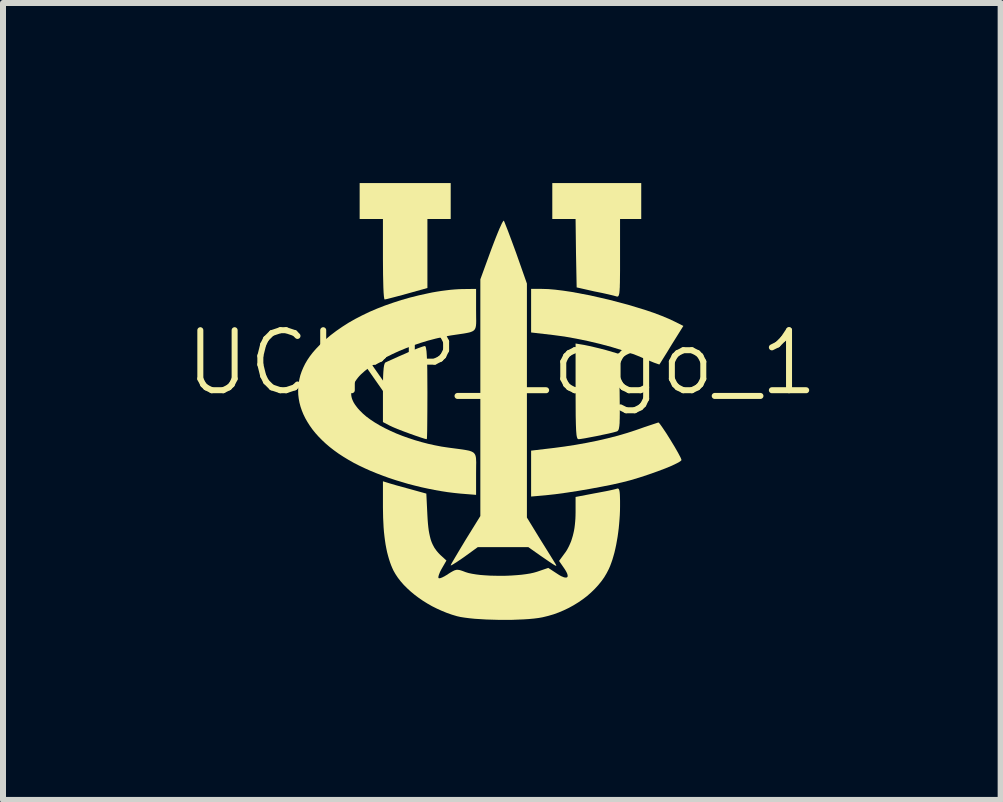
<source format=kicad_pcb>
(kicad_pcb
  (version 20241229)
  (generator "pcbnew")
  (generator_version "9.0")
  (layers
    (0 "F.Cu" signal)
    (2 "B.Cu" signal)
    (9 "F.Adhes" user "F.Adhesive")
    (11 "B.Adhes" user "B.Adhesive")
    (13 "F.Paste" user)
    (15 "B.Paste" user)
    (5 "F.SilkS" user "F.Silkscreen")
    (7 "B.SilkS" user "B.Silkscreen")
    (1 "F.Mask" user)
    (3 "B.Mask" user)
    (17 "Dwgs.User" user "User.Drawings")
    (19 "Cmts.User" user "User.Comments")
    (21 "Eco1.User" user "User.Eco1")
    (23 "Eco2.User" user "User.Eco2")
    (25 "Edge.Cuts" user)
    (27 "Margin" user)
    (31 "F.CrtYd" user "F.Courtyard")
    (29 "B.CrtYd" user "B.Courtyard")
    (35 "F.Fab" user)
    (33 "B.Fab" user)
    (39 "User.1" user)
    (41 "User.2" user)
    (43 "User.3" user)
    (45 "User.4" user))
  (footprint "UCIRP_Logo_1"
    (layer "F.Cu")
    (at 5.312 3.495)
    (property "Reference" "UCIRP_Logo_1" (at 0 -0.5 0) (unlocked yes) (layer "F.SilkS") (effects (font (size 1 1) (thickness 0.1))))
    (attr smd)
    (fp_poly (pts (xy -0.852 -2.896) (xy -1.24 -2.896) (xy -1.24 -1.746) (xy -1.583 -1.65) (xy -1.719 -1.613) (xy -1.834 -1.583) (xy -1.88 -1.571) (xy -1.916 -1.562) (xy -1.941 -1.557) (xy -1.949 -1.556) (xy -1.953 -1.555) (xy -1.956 -1.559) (xy -1.959 -1.569) (xy -1.965 -1.608) (xy -1.97 -1.67) (xy -1.974 -1.753) (xy -1.979 -1.966) (xy -1.981 -2.225) (xy -1.981 -2.896) (xy -2.369 -2.896) (xy -2.369 -3.495) (xy -0.852 -3.495)) (stroke (width 0) (type solid)) (fill yes) (layer "F.SilkS"))
    (fp_poly (pts (xy 0.772 -1.728) (xy 0.889 -1.718) (xy 1.02 -1.702) (xy 1.161 -1.681) (xy 1.465 -1.624) (xy 1.784 -1.551) (xy 2.103 -1.467) (xy 2.402 -1.376) (xy 2.539 -1.329) (xy 2.666 -1.281) (xy 2.779 -1.234) (xy 2.877 -1.188) (xy 3.025 -1.114) (xy 2.827 -0.797) (xy 2.752 -0.673) (xy 2.688 -0.571) (xy 2.644 -0.5) (xy 2.631 -0.48) (xy 2.626 -0.472) (xy 2.624 -0.472) (xy 2.619 -0.473) (xy 2.601 -0.479) (xy 2.573 -0.489) (xy 2.536 -0.502) (xy 2.492 -0.52) (xy 2.443 -0.54) (xy 2.388 -0.563) (xy 2.33 -0.588) (xy 2.259 -0.618) (xy 2.182 -0.648) (xy 2.014 -0.706) (xy 1.831 -0.762) (xy 1.638 -0.814) (xy 1.439 -0.861) (xy 1.24 -0.902) (xy 1.045 -0.937) (xy 0.859 -0.962) (xy 0.488 -1.005) (xy 0.488 -1.731) (xy 0.668 -1.731)) (stroke (width 0) (type solid)) (fill yes) (layer "F.SilkS"))
    (fp_poly (pts (xy 2.612 0.496) (xy 2.617 0.5) (xy 2.633 0.518) (xy 2.654 0.547) (xy 2.68 0.584) (xy 2.743 0.678) (xy 2.811 0.787) (xy 2.879 0.899) (xy 2.937 1) (xy 2.978 1.078) (xy 2.989 1.104) (xy 2.993 1.119) (xy 2.992 1.124) (xy 2.988 1.129) (xy 2.973 1.142) (xy 2.95 1.157) (xy 2.918 1.174) (xy 2.833 1.215) (xy 2.722 1.261) (xy 2.592 1.31) (xy 2.448 1.361) (xy 2.296 1.411) (xy 2.139 1.458) (xy 2.006 1.492) (xy 1.844 1.529) (xy 1.662 1.565) (xy 1.468 1.601) (xy 1.27 1.635) (xy 1.075 1.665) (xy 0.892 1.69) (xy 0.728 1.708) (xy 0.488 1.729) (xy 0.488 0.964) (xy 0.852 0.921) (xy 1.043 0.896) (xy 1.231 0.867) (xy 1.415 0.834) (xy 1.593 0.798) (xy 1.766 0.758) (xy 1.933 0.715) (xy 2.093 0.668) (xy 2.245 0.618) (xy 2.314 0.594) (xy 2.379 0.571) (xy 2.493 0.533) (xy 2.608 0.495)) (stroke (width 0) (type solid)) (fill yes) (layer "F.SilkS"))
    (fp_poly (pts (xy 2.323 -2.896) (xy 1.97 -2.896) (xy 1.97 -2.239) (xy 1.97 -2.13) (xy 1.97 -2.033) (xy 1.969 -1.949) (xy 1.968 -1.876) (xy 1.968 -1.843) (xy 1.967 -1.814) (xy 1.966 -1.786) (xy 1.966 -1.761) (xy 1.964 -1.738) (xy 1.963 -1.718) (xy 1.962 -1.699) (xy 1.96 -1.683) (xy 1.959 -1.668) (xy 1.957 -1.655) (xy 1.954 -1.644) (xy 1.953 -1.639) (xy 1.952 -1.635) (xy 1.951 -1.631) (xy 1.949 -1.627) (xy 1.948 -1.623) (xy 1.947 -1.62) (xy 1.945 -1.617) (xy 1.944 -1.615) (xy 1.942 -1.612) (xy 1.94 -1.61) (xy 1.938 -1.609) (xy 1.937 -1.607) (xy 1.935 -1.606) (xy 1.933 -1.605) (xy 1.931 -1.604) (xy 1.929 -1.604) (xy 1.926 -1.604) (xy 1.924 -1.604) (xy 1.922 -1.604) (xy 1.919 -1.604) (xy 1.914 -1.605) (xy 1.909 -1.606) (xy 1.903 -1.608) (xy 1.855 -1.621) (xy 1.771 -1.641) (xy 1.663 -1.665) (xy 1.543 -1.689) (xy 1.247 -1.756) (xy 1.236 -2.324) (xy 1.229 -2.896) (xy 0.841 -2.896) (xy 0.841 -3.495) (xy 2.323 -3.495)) (stroke (width 0) (type solid)) (fill yes) (layer "F.SilkS"))
    (fp_poly (pts (xy 0.033 -2.867) (xy 0.041 -2.852) (xy 0.055 -2.817) (xy 0.101 -2.7) (xy 0.164 -2.532) (xy 0.238 -2.331) (xy 0.418 -1.82) (xy 0.418 2.079) (xy 0.64 2.442) (xy 0.807 2.71) (xy 0.894 2.851) (xy 0.904 2.87) (xy 0.907 2.876) (xy 0.907 2.881) (xy 0.906 2.882) (xy 0.905 2.883) (xy 0.899 2.882) (xy 0.891 2.879) (xy 0.88 2.873) (xy 0.846 2.852) (xy 0.795 2.818) (xy 0.633 2.707) (xy 0.442 2.572) (xy -0.401 2.572) (xy -0.626 2.735) (xy -0.672 2.767) (xy -0.714 2.795) (xy -0.752 2.821) (xy -0.786 2.842) (xy -0.8 2.851) (xy -0.813 2.859) (xy -0.825 2.866) (xy -0.834 2.871) (xy -0.842 2.874) (xy -0.848 2.876) (xy -0.85 2.877) (xy -0.851 2.877) (xy -0.852 2.877) (xy -0.852 2.876) (xy -0.847 2.864) (xy -0.833 2.836) (xy -0.779 2.744) (xy -0.7 2.611) (xy -0.605 2.453) (xy -0.358 2.054) (xy -0.358 -1.89) (xy -0.175 -2.391) (xy -0.137 -2.491) (xy -0.101 -2.584) (xy -0.068 -2.666) (xy -0.038 -2.738) (xy -0.024 -2.768) (xy -0.012 -2.795) (xy -0.001 -2.819) (xy 0.009 -2.838) (xy 0.018 -2.852) (xy 0.024 -2.862) (xy 0.027 -2.865) (xy 0.03 -2.867) (xy 0.032 -2.868)) (stroke (width 0) (type solid)) (fill yes) (layer "F.SilkS"))
    (fp_poly (pts (xy -1.277 -0.777) (xy -1.272 -0.77) (xy -1.267 -0.758) (xy -1.263 -0.742) (xy -1.255 -0.691) (xy -1.25 -0.614) (xy -1.245 -0.51) (xy -1.242 -0.376) (xy -1.24 -0.003) (xy -1.241 0.299) (xy -1.243 0.545) (xy -1.244 0.64) (xy -1.246 0.712) (xy -1.248 0.757) (xy -1.25 0.769) (xy -1.251 0.773) (xy -1.263 0.771) (xy -1.285 0.766) (xy -1.351 0.745) (xy -1.439 0.715) (xy -1.54 0.679) (xy -1.643 0.641) (xy -1.739 0.604) (xy -1.817 0.571) (xy -1.868 0.547) (xy -1.981 0.488) (xy -1.981 0.001) (xy -1.981 -0.124) (xy -1.98 -0.179) (xy -1.979 -0.229) (xy -1.978 -0.274) (xy -1.976 -0.314) (xy -1.974 -0.351) (xy -1.971 -0.383) (xy -1.969 -0.411) (xy -1.965 -0.435) (xy -1.962 -0.456) (xy -1.959 -0.465) (xy -1.957 -0.473) (xy -1.955 -0.48) (xy -1.953 -0.486) (xy -1.95 -0.492) (xy -1.947 -0.496) (xy -1.945 -0.5) (xy -1.942 -0.503) (xy -1.939 -0.506) (xy -1.935 -0.507) (xy -1.897 -0.525) (xy -1.823 -0.558) (xy -1.724 -0.603) (xy -1.611 -0.652) (xy -1.553 -0.678) (xy -1.497 -0.702) (xy -1.445 -0.723) (xy -1.398 -0.742) (xy -1.356 -0.757) (xy -1.322 -0.769) (xy -1.309 -0.773) (xy -1.297 -0.776) (xy -1.289 -0.778) (xy -1.283 -0.779)) (stroke (width 0) (type solid)) (fill yes) (layer "F.SilkS"))
    (fp_poly (pts (xy 1.374 -0.797) (xy 1.407 -0.79) (xy 1.446 -0.782) (xy 1.538 -0.761) (xy 1.638 -0.737) (xy 1.734 -0.712) (xy 1.952 -0.648) (xy 1.963 -0.01) (xy 1.964 0.093) (xy 1.965 0.185) (xy 1.965 0.265) (xy 1.966 0.336) (xy 1.965 0.397) (xy 1.965 0.424) (xy 1.964 0.449) (xy 1.963 0.472) (xy 1.963 0.493) (xy 1.962 0.512) (xy 1.96 0.53) (xy 1.959 0.546) (xy 1.957 0.56) (xy 1.955 0.573) (xy 1.953 0.584) (xy 1.951 0.595) (xy 1.949 0.604) (xy 1.946 0.611) (xy 1.945 0.615) (xy 1.943 0.618) (xy 1.942 0.621) (xy 1.94 0.624) (xy 1.938 0.627) (xy 1.936 0.629) (xy 1.935 0.631) (xy 1.933 0.633) (xy 1.931 0.635) (xy 1.929 0.637) (xy 1.927 0.638) (xy 1.925 0.64) (xy 1.92 0.642) (xy 1.915 0.644) (xy 1.91 0.646) (xy 1.856 0.661) (xy 1.776 0.68) (xy 1.68 0.7) (xy 1.577 0.722) (xy 1.476 0.741) (xy 1.387 0.758) (xy 1.318 0.769) (xy 1.294 0.772) (xy 1.279 0.773) (xy 1.271 0.772) (xy 1.264 0.767) (xy 1.258 0.757) (xy 1.253 0.743) (xy 1.248 0.723) (xy 1.244 0.698) (xy 1.238 0.626) (xy 1.234 0.523) (xy 1.231 0.383) (xy 1.229 -0.024) (xy 1.229 -0.821)) (stroke (width 0) (type solid)) (fill yes) (layer "F.SilkS"))
    (fp_poly (pts (xy -0.429 -1.379) (xy -0.428 -1.248) (xy -0.427 -1.197) (xy -0.428 -1.153) (xy -0.431 -1.117) (xy -0.434 -1.102) (xy -0.437 -1.088) (xy -0.442 -1.075) (xy -0.447 -1.063) (xy -0.454 -1.053) (xy -0.462 -1.044) (xy -0.471 -1.036) (xy -0.482 -1.028) (xy -0.495 -1.022) (xy -0.509 -1.016) (xy -0.525 -1.01) (xy -0.543 -1.005) (xy -0.585 -0.996) (xy -0.636 -0.987) (xy -0.697 -0.978) (xy -0.852 -0.955) (xy -0.976 -0.932) (xy -1.101 -0.903) (xy -1.227 -0.87) (xy -1.352 -0.832) (xy -1.475 -0.79) (xy -1.595 -0.744) (xy -1.712 -0.696) (xy -1.825 -0.644) (xy -1.931 -0.591) (xy -2.031 -0.536) (xy -2.124 -0.479) (xy -2.208 -0.422) (xy -2.283 -0.364) (xy -2.347 -0.307) (xy -2.375 -0.278) (xy -2.399 -0.25) (xy -2.421 -0.221) (xy -2.44 -0.193) (xy -2.459 -0.161) (xy -2.476 -0.129) (xy -2.483 -0.113) (xy -2.489 -0.098) (xy -2.495 -0.083) (xy -2.499 -0.068) (xy -2.503 -0.053) (xy -2.506 -0.038) (xy -2.508 -0.023) (xy -2.51 -0.008) (xy -2.51 0.006) (xy -2.51 0.021) (xy -2.509 0.036) (xy -2.508 0.05) (xy -2.505 0.065) (xy -2.502 0.079) (xy -2.498 0.094) (xy -2.493 0.108) (xy -2.487 0.123) (xy -2.48 0.138) (xy -2.473 0.153) (xy -2.465 0.168) (xy -2.446 0.198) (xy -2.423 0.229) (xy -2.398 0.261) (xy -2.369 0.293) (xy -2.317 0.345) (xy -2.257 0.397) (xy -2.189 0.447) (xy -2.115 0.496) (xy -2.034 0.544) (xy -1.948 0.59) (xy -1.857 0.634) (xy -1.761 0.677) (xy -1.66 0.717) (xy -1.557 0.754) (xy -1.45 0.789) (xy -1.34 0.821) (xy -1.229 0.85) (xy -1.116 0.875) (xy -1.002 0.897) (xy -0.888 0.914) (xy -0.721 0.936) (xy -0.655 0.945) (xy -0.6 0.954) (xy -0.554 0.963) (xy -0.535 0.968) (xy -0.518 0.974) (xy -0.502 0.98) (xy -0.489 0.987) (xy -0.477 0.994) (xy -0.466 1.003) (xy -0.458 1.012) (xy -0.45 1.023) (xy -0.444 1.034) (xy -0.439 1.047) (xy -0.435 1.062) (xy -0.432 1.078) (xy -0.43 1.095) (xy -0.429 1.115) (xy -0.427 1.159) (xy -0.428 1.212) (xy -0.429 1.345) (xy -0.429 1.701) (xy -0.69 1.68) (xy -0.795 1.669) (xy -0.901 1.656) (xy -1.01 1.639) (xy -1.119 1.62) (xy -1.228 1.598) (xy -1.339 1.574) (xy -1.449 1.547) (xy -1.558 1.519) (xy -1.667 1.487) (xy -1.775 1.454) (xy -1.881 1.419) (xy -1.985 1.381) (xy -2.087 1.342) (xy -2.187 1.301) (xy -2.283 1.258) (xy -2.376 1.214) (xy -2.468 1.167) (xy -2.556 1.117) (xy -2.64 1.066) (xy -2.72 1.014) (xy -2.795 0.96) (xy -2.866 0.905) (xy -2.933 0.848) (xy -2.995 0.79) (xy -3.053 0.731) (xy -3.107 0.671) (xy -3.156 0.61) (xy -3.2 0.548) (xy -3.24 0.485) (xy -3.276 0.422) (xy -3.307 0.358) (xy -3.333 0.294) (xy -3.355 0.229) (xy -3.372 0.164) (xy -3.384 0.099) (xy -3.392 0.033) (xy -3.394 -0.032) (xy -3.392 -0.098) (xy -3.385 -0.163) (xy -3.373 -0.228) (xy -3.357 -0.293) (xy -3.335 -0.357) (xy -3.308 -0.421) (xy -3.277 -0.484) (xy -3.24 -0.547) (xy -3.198 -0.609) (xy -3.151 -0.67) (xy -3.099 -0.73) (xy -3.023 -0.809) (xy -2.94 -0.886) (xy -2.852 -0.96) (xy -2.757 -1.032) (xy -2.657 -1.101) (xy -2.552 -1.168) (xy -2.441 -1.231) (xy -2.325 -1.291) (xy -2.204 -1.349) (xy -2.078 -1.403) (xy -1.947 -1.454) (xy -1.812 -1.501) (xy -1.673 -1.546) (xy -1.529 -1.587) (xy -1.381 -1.624) (xy -1.23 -1.657) (xy -1.159 -1.672) (xy -1.084 -1.685) (xy -1.007 -1.697) (xy -0.93 -1.707) (xy -0.855 -1.716) (xy -0.785 -1.722) (xy -0.721 -1.726) (xy -0.665 -1.728) (xy -0.429 -1.731)) (stroke (width 0) (type solid)) (fill yes) (layer "F.SilkS"))
    (fp_poly (pts (xy -1.9 1.5) (xy -1.848 1.516) (xy -1.762 1.541) (xy -1.54 1.602) (xy -1.258 1.68) (xy -1.24 2.047) (xy -1.236 2.116) (xy -1.231 2.18) (xy -1.225 2.239) (xy -1.218 2.294) (xy -1.209 2.344) (xy -1.199 2.39) (xy -1.188 2.434) (xy -1.182 2.454) (xy -1.175 2.474) (xy -1.168 2.493) (xy -1.16 2.511) (xy -1.152 2.529) (xy -1.143 2.546) (xy -1.134 2.563) (xy -1.125 2.58) (xy -1.114 2.596) (xy -1.103 2.611) (xy -1.092 2.627) (xy -1.08 2.642) (xy -1.054 2.672) (xy -1.025 2.702) (xy -0.993 2.731) (xy -0.923 2.795) (xy -1 2.929) (xy -1.008 2.943) (xy -1.015 2.956) (xy -1.022 2.97) (xy -1.029 2.983) (xy -1.034 2.996) (xy -1.039 3.009) (xy -1.044 3.021) (xy -1.048 3.032) (xy -1.051 3.042) (xy -1.054 3.052) (xy -1.056 3.061) (xy -1.057 3.069) (xy -1.057 3.072) (xy -1.057 3.075) (xy -1.057 3.078) (xy -1.057 3.081) (xy -1.056 3.083) (xy -1.056 3.085) (xy -1.055 3.086) (xy -1.053 3.087) (xy -1.052 3.089) (xy -1.05 3.09) (xy -1.048 3.09) (xy -1.046 3.091) (xy -1.04 3.091) (xy -1.033 3.09) (xy -1.025 3.088) (xy -1.016 3.086) (xy -1.007 3.082) (xy -0.996 3.078) (xy -0.985 3.073) (xy -0.974 3.067) (xy -0.961 3.061) (xy -0.949 3.054) (xy -0.936 3.046) (xy -0.922 3.038) (xy -0.908 3.03) (xy -0.895 3.02) (xy -0.849 2.991) (xy -0.829 2.98) (xy -0.812 2.97) (xy -0.796 2.963) (xy -0.789 2.959) (xy -0.781 2.957) (xy -0.774 2.955) (xy -0.767 2.953) (xy -0.76 2.951) (xy -0.753 2.95) (xy -0.746 2.95) (xy -0.739 2.95) (xy -0.732 2.95) (xy -0.725 2.951) (xy -0.717 2.952) (xy -0.709 2.953) (xy -0.692 2.957) (xy -0.673 2.963) (xy -0.652 2.97) (xy -0.602 2.989) (xy -0.553 3.004) (xy -0.495 3.016) (xy -0.428 3.027) (xy -0.355 3.036) (xy -0.275 3.042) (xy -0.191 3.047) (xy -0.104 3.049) (xy -0.015 3.05) (xy 0.074 3.049) (xy 0.161 3.045) (xy 0.247 3.039) (xy 0.328 3.032) (xy 0.404 3.022) (xy 0.473 3.011) (xy 0.535 2.997) (xy 0.587 2.982) (xy 0.774 2.918) (xy 0.919 3.013) (xy 0.95 3.033) (xy 0.965 3.042) (xy 0.979 3.05) (xy 0.992 3.057) (xy 1.005 3.062) (xy 1.017 3.067) (xy 1.028 3.072) (xy 1.038 3.075) (xy 1.047 3.077) (xy 1.056 3.079) (xy 1.064 3.079) (xy 1.071 3.079) (xy 1.077 3.078) (xy 1.083 3.076) (xy 1.087 3.074) (xy 1.091 3.07) (xy 1.094 3.066) (xy 1.096 3.061) (xy 1.097 3.055) (xy 1.097 3.048) (xy 1.096 3.041) (xy 1.095 3.033) (xy 1.092 3.024) (xy 1.089 3.014) (xy 1.085 3.004) (xy 1.079 2.992) (xy 1.073 2.98) (xy 1.066 2.968) (xy 1.058 2.954) (xy 1.049 2.94) (xy 1.039 2.925) (xy 0.954 2.802) (xy 1.042 2.682) (xy 1.065 2.651) (xy 1.086 2.618) (xy 1.105 2.583) (xy 1.123 2.547) (xy 1.14 2.509) (xy 1.156 2.47) (xy 1.169 2.429) (xy 1.182 2.386) (xy 1.193 2.342) (xy 1.203 2.297) (xy 1.211 2.249) (xy 1.217 2.201) (xy 1.222 2.15) (xy 1.226 2.098) (xy 1.228 2.045) (xy 1.229 1.99) (xy 1.229 1.736) (xy 1.543 1.676) (xy 1.609 1.664) (xy 1.671 1.652) (xy 1.73 1.641) (xy 1.784 1.63) (xy 1.83 1.62) (xy 1.869 1.611) (xy 1.897 1.604) (xy 1.914 1.599) (xy 1.922 1.596) (xy 1.93 1.595) (xy 1.937 1.596) (xy 1.943 1.599) (xy 1.949 1.604) (xy 1.953 1.612) (xy 1.957 1.623) (xy 1.96 1.636) (xy 1.963 1.653) (xy 1.965 1.674) (xy 1.967 1.699) (xy 1.968 1.727) (xy 1.97 1.798) (xy 1.97 1.888) (xy 1.969 1.962) (xy 1.966 2.037) (xy 1.961 2.111) (xy 1.955 2.184) (xy 1.948 2.257) (xy 1.939 2.329) (xy 1.929 2.4) (xy 1.917 2.469) (xy 1.905 2.536) (xy 1.891 2.601) (xy 1.876 2.665) (xy 1.859 2.725) (xy 1.842 2.783) (xy 1.823 2.837) (xy 1.804 2.888) (xy 1.783 2.936) (xy 1.747 3.006) (xy 1.706 3.075) (xy 1.659 3.141) (xy 1.606 3.206) (xy 1.548 3.269) (xy 1.486 3.329) (xy 1.42 3.387) (xy 1.349 3.441) (xy 1.275 3.492) (xy 1.197 3.54) (xy 1.117 3.584) (xy 1.034 3.624) (xy 0.949 3.66) (xy 0.861 3.692) (xy 0.772 3.718) (xy 0.682 3.74) (xy 0.616 3.752) (xy 0.539 3.762) (xy 0.454 3.77) (xy 0.361 3.776) (xy 0.161 3.784) (xy -0.049 3.784) (xy -0.257 3.778) (xy -0.451 3.766) (xy -0.539 3.757) (xy -0.618 3.747) (xy -0.688 3.736) (xy -0.746 3.723) (xy -0.833 3.697) (xy -0.918 3.667) (xy -1.001 3.633) (xy -1.083 3.596) (xy -1.163 3.556) (xy -1.24 3.512) (xy -1.314 3.466) (xy -1.385 3.417) (xy -1.453 3.366) (xy -1.517 3.313) (xy -1.577 3.258) (xy -1.633 3.202) (xy -1.684 3.144) (xy -1.73 3.085) (xy -1.77 3.025) (xy -1.788 2.994) (xy -1.805 2.964) (xy -1.826 2.919) (xy -1.846 2.871) (xy -1.864 2.821) (xy -1.881 2.768) (xy -1.897 2.712) (xy -1.912 2.654) (xy -1.925 2.592) (xy -1.937 2.528) (xy -1.947 2.461) (xy -1.956 2.391) (xy -1.964 2.318) (xy -1.97 2.242) (xy -1.978 2.082) (xy -1.981 1.909) (xy -1.981 1.475)) (stroke (width 0) (type solid)) (fill yes) (layer "F.SilkS")))
  (gr_rect
    (start -3 -3)
    (end 13.624 10.28)
    (stroke (width 0.1) (type default))
    (fill no)
    (layer "Edge.Cuts")))
</source>
